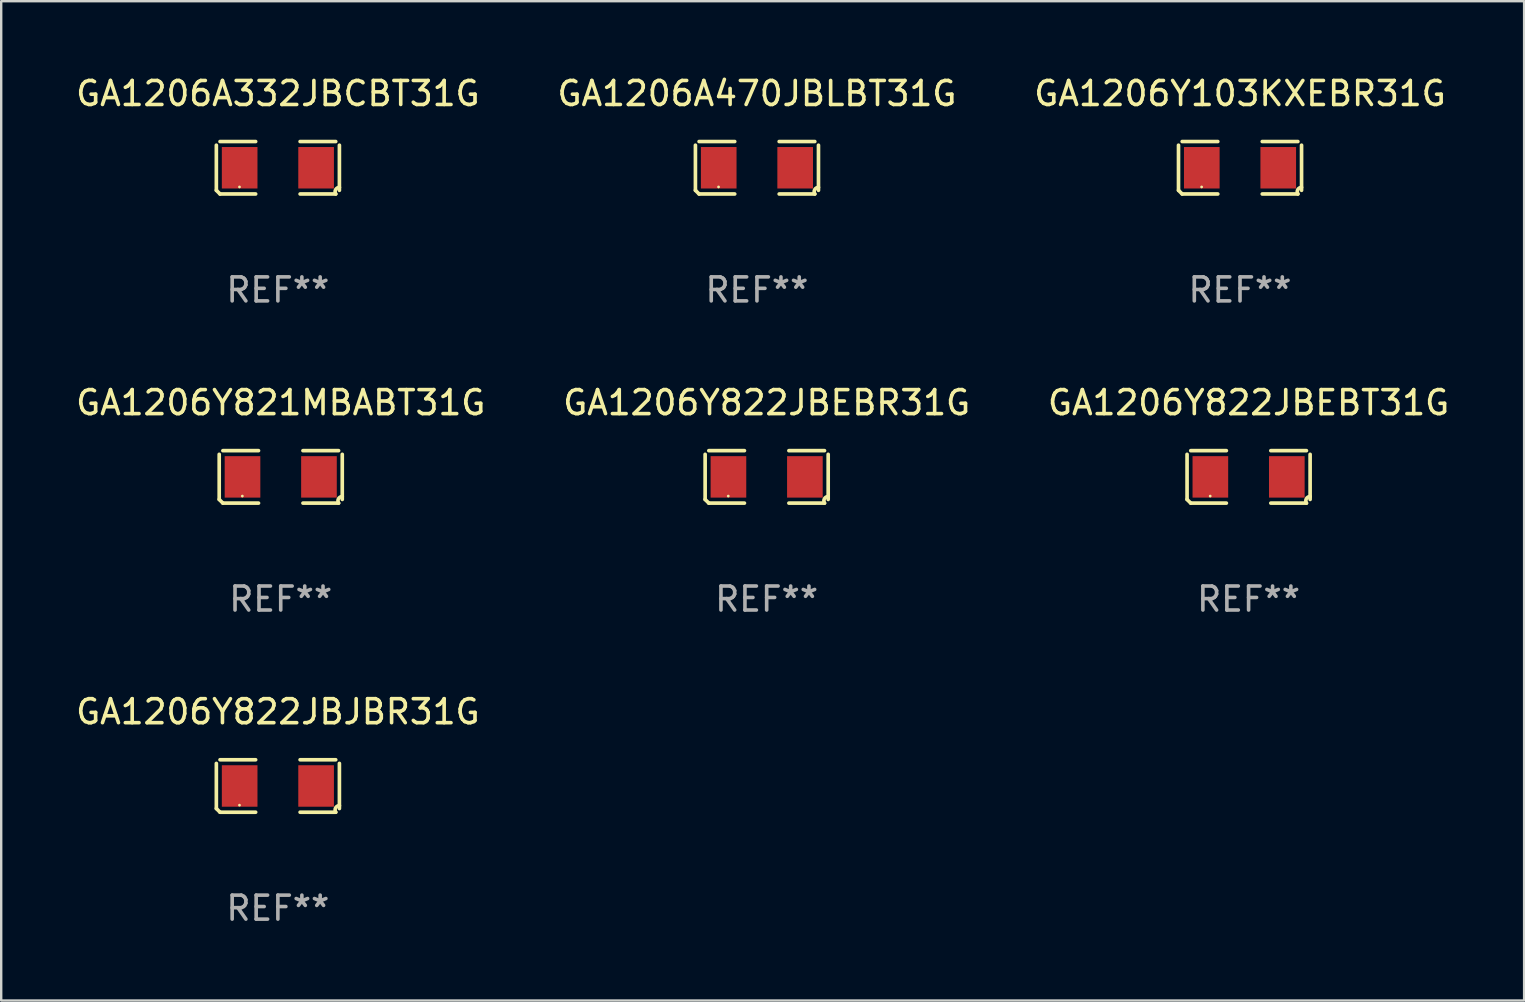
<source format=kicad_pcb>
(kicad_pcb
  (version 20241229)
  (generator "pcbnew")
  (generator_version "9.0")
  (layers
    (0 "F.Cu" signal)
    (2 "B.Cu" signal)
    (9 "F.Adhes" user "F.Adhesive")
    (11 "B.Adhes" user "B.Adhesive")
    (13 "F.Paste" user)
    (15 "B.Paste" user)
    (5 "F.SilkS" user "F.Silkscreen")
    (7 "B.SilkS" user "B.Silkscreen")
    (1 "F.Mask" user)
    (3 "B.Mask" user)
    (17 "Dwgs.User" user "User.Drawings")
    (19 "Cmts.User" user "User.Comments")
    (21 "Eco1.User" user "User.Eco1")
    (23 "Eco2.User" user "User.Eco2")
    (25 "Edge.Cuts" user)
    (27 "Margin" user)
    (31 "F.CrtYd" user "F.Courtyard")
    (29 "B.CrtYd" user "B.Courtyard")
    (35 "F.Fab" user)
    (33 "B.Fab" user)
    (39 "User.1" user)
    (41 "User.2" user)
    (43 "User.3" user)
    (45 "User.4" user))
  (footprint "GA1206Y821MBABT31G"
    (layer "F.Cu")
    (at 8.649 16.823)
    (property "Reference" "GA1206Y821MBABT31G" (at 0 -3.093 0) (layer "F.SilkS") (effects (font (size 1 1) (thickness 0.15))))
    (attr through_hole)
    (fp_line (start -2.564 0.94) (end -2.564 -0.94) (stroke (width 0.152) (type solid)) (layer "F.SilkS"))
    (fp_line (start -2.411 -1.093) (end -0.926 -1.093) (stroke (width 0.152) (type solid)) (layer "F.SilkS"))
    (fp_line (start -0.926 1.093) (end -2.411 1.093) (stroke (width 0.152) (type solid)) (layer "F.SilkS"))
    (fp_line (start 0.926 1.093) (end 2.411 1.093) (stroke (width 0.152) (type solid)) (layer "F.SilkS"))
    (fp_line (start 2.411 -1.093) (end 0.926 -1.093) (stroke (width 0.152) (type solid)) (layer "F.SilkS"))
    (fp_line (start 2.564 0.94) (end 2.564 -0.94) (stroke (width 0.152) (type solid)) (layer "F.SilkS"))
    (fp_arc (start -2.411201 1.092609) (mid -2.487413 1.01642) (end -2.563602 0.940208) (stroke (width 0.1524) (type solid)) (layer "F.SilkS"))
    (fp_arc (start 2.411201 1.092609) (mid 2.407159 0.911226) (end 2.563602 0.819347) (stroke (width 0.1524) (type solid)) (layer "F.SilkS"))
    (fp_circle (center -1.6 0.8) (end -1.57 0.8) (stroke (width 0.06) (type solid)) (fill no) (layer "F.SilkS"))
    (fp_text user "REF**" (at 0 5.093 0) (layer "F.Fab") (effects (font (size 1 1) (thickness 0.15))))
    (pad "1" smd rect (at -1.593 0) (size 1.485 1.728) (layers "F.Cu" "F.Mask" "F.Paste"))
    (pad "2" smd rect (at 1.593 0) (size 1.485 1.728) (layers "F.Cu" "F.Mask" "F.Paste")))
  (footprint "GA1206Y103KXEBR31G"
    (layer "F.Cu")
    (at 48.625 3.941)
    (property "Reference" "GA1206Y103KXEBR31G" (at 0 -3.093 0) (layer "F.SilkS") (effects (font (size 1 1) (thickness 0.15))))
    (attr through_hole)
    (fp_line (start -2.564 0.94) (end -2.564 -0.94) (stroke (width 0.152) (type solid)) (layer "F.SilkS"))
    (fp_line (start -2.411 -1.093) (end -0.926 -1.093) (stroke (width 0.152) (type solid)) (layer "F.SilkS"))
    (fp_line (start -0.926 1.093) (end -2.411 1.093) (stroke (width 0.152) (type solid)) (layer "F.SilkS"))
    (fp_line (start 0.926 1.093) (end 2.411 1.093) (stroke (width 0.152) (type solid)) (layer "F.SilkS"))
    (fp_line (start 2.411 -1.093) (end 0.926 -1.093) (stroke (width 0.152) (type solid)) (layer "F.SilkS"))
    (fp_line (start 2.564 0.94) (end 2.564 -0.94) (stroke (width 0.152) (type solid)) (layer "F.SilkS"))
    (fp_arc (start -2.411201 1.092609) (mid -2.487413 1.01642) (end -2.563602 0.940208) (stroke (width 0.1524) (type solid)) (layer "F.SilkS"))
    (fp_arc (start 2.411201 1.092609) (mid 2.407159 0.911226) (end 2.563602 0.819347) (stroke (width 0.1524) (type solid)) (layer "F.SilkS"))
    (fp_circle (center -1.6 0.8) (end -1.57 0.8) (stroke (width 0.06) (type solid)) (fill no) (layer "F.SilkS"))
    (fp_text user "REF**" (at 0 5.093 0) (layer "F.Fab") (effects (font (size 1 1) (thickness 0.15))))
    (pad "1" smd rect (at -1.593 0) (size 1.485 1.728) (layers "F.Cu" "F.Mask" "F.Paste"))
    (pad "2" smd rect (at 1.593 0) (size 1.485 1.728) (layers "F.Cu" "F.Mask" "F.Paste")))
  (footprint "GA1206Y822JBEBT31G"
    (layer "F.Cu")
    (at 48.982 16.823)
    (property "Reference" "GA1206Y822JBEBT31G" (at 0 -3.093 0) (layer "F.SilkS") (effects (font (size 1 1) (thickness 0.15))))
    (attr through_hole)
    (fp_line (start -2.564 0.94) (end -2.564 -0.94) (stroke (width 0.152) (type solid)) (layer "F.SilkS"))
    (fp_line (start -2.411 -1.093) (end -0.926 -1.093) (stroke (width 0.152) (type solid)) (layer "F.SilkS"))
    (fp_line (start -0.926 1.093) (end -2.411 1.093) (stroke (width 0.152) (type solid)) (layer "F.SilkS"))
    (fp_line (start 0.926 1.093) (end 2.411 1.093) (stroke (width 0.152) (type solid)) (layer "F.SilkS"))
    (fp_line (start 2.411 -1.093) (end 0.926 -1.093) (stroke (width 0.152) (type solid)) (layer "F.SilkS"))
    (fp_line (start 2.564 0.94) (end 2.564 -0.94) (stroke (width 0.152) (type solid)) (layer "F.SilkS"))
    (fp_arc (start -2.411201 1.092609) (mid -2.487413 1.01642) (end -2.563602 0.940208) (stroke (width 0.1524) (type solid)) (layer "F.SilkS"))
    (fp_arc (start 2.411201 1.092609) (mid 2.407159 0.911226) (end 2.563602 0.819347) (stroke (width 0.1524) (type solid)) (layer "F.SilkS"))
    (fp_circle (center -1.6 0.8) (end -1.57 0.8) (stroke (width 0.06) (type solid)) (fill no) (layer "F.SilkS"))
    (fp_text user "REF**" (at 0 5.093 0) (layer "F.Fab") (effects (font (size 1 1) (thickness 0.15))))
    (pad "1" smd rect (at -1.593 0) (size 1.485 1.728) (layers "F.Cu" "F.Mask" "F.Paste"))
    (pad "2" smd rect (at 1.593 0) (size 1.485 1.728) (layers "F.Cu" "F.Mask" "F.Paste")))
  (footprint "GA1206A470JBLBT31G"
    (layer "F.Cu")
    (at 28.494 3.941)
    (property "Reference" "GA1206A470JBLBT31G" (at 0 -3.093 0) (layer "F.SilkS") (effects (font (size 1 1) (thickness 0.15))))
    (attr through_hole)
    (fp_line (start -2.564 0.94) (end -2.564 -0.94) (stroke (width 0.152) (type solid)) (layer "F.SilkS"))
    (fp_line (start -2.411 -1.093) (end -0.926 -1.093) (stroke (width 0.152) (type solid)) (layer "F.SilkS"))
    (fp_line (start -0.926 1.093) (end -2.411 1.093) (stroke (width 0.152) (type solid)) (layer "F.SilkS"))
    (fp_line (start 0.926 1.093) (end 2.411 1.093) (stroke (width 0.152) (type solid)) (layer "F.SilkS"))
    (fp_line (start 2.411 -1.093) (end 0.926 -1.093) (stroke (width 0.152) (type solid)) (layer "F.SilkS"))
    (fp_line (start 2.564 0.94) (end 2.564 -0.94) (stroke (width 0.152) (type solid)) (layer "F.SilkS"))
    (fp_arc (start -2.411201 1.092609) (mid -2.487413 1.01642) (end -2.563602 0.940208) (stroke (width 0.1524) (type solid)) (layer "F.SilkS"))
    (fp_arc (start 2.411201 1.092609) (mid 2.407159 0.911226) (end 2.563602 0.819347) (stroke (width 0.1524) (type solid)) (layer "F.SilkS"))
    (fp_circle (center -1.6 0.8) (end -1.57 0.8) (stroke (width 0.06) (type solid)) (fill no) (layer "F.SilkS"))
    (fp_text user "REF**" (at 0 5.093 0) (layer "F.Fab") (effects (font (size 1 1) (thickness 0.15))))
    (pad "1" smd rect (at -1.593 0) (size 1.485 1.728) (layers "F.Cu" "F.Mask" "F.Paste"))
    (pad "2" smd rect (at 1.593 0) (size 1.485 1.728) (layers "F.Cu" "F.Mask" "F.Paste")))
  (footprint "GA1206Y822JBEBR31G"
    (layer "F.Cu")
    (at 28.899 16.823)
    (property "Reference" "GA1206Y822JBEBR31G" (at 0 -3.093 0) (layer "F.SilkS") (effects (font (size 1 1) (thickness 0.15))))
    (attr through_hole)
    (fp_line (start -2.564 0.94) (end -2.564 -0.94) (stroke (width 0.152) (type solid)) (layer "F.SilkS"))
    (fp_line (start -2.411 -1.093) (end -0.926 -1.093) (stroke (width 0.152) (type solid)) (layer "F.SilkS"))
    (fp_line (start -0.926 1.093) (end -2.411 1.093) (stroke (width 0.152) (type solid)) (layer "F.SilkS"))
    (fp_line (start 0.926 1.093) (end 2.411 1.093) (stroke (width 0.152) (type solid)) (layer "F.SilkS"))
    (fp_line (start 2.411 -1.093) (end 0.926 -1.093) (stroke (width 0.152) (type solid)) (layer "F.SilkS"))
    (fp_line (start 2.564 0.94) (end 2.564 -0.94) (stroke (width 0.152) (type solid)) (layer "F.SilkS"))
    (fp_arc (start -2.411201 1.092609) (mid -2.487413 1.01642) (end -2.563602 0.940208) (stroke (width 0.1524) (type solid)) (layer "F.SilkS"))
    (fp_arc (start 2.411201 1.092609) (mid 2.407159 0.911226) (end 2.563602 0.819347) (stroke (width 0.1524) (type solid)) (layer "F.SilkS"))
    (fp_circle (center -1.6 0.8) (end -1.57 0.8) (stroke (width 0.06) (type solid)) (fill no) (layer "F.SilkS"))
    (fp_text user "REF**" (at 0 5.093 0) (layer "F.Fab") (effects (font (size 1 1) (thickness 0.15))))
    (pad "1" smd rect (at -1.593 0) (size 1.485 1.728) (layers "F.Cu" "F.Mask" "F.Paste"))
    (pad "2" smd rect (at 1.593 0) (size 1.485 1.728) (layers "F.Cu" "F.Mask" "F.Paste")))
  (footprint "GA1206A332JBCBT31G"
    (layer "F.Cu")
    (at 8.53 3.941)
    (property "Reference" "GA1206A332JBCBT31G" (at 0 -3.093 0) (layer "F.SilkS") (effects (font (size 1 1) (thickness 0.15))))
    (attr through_hole)
    (fp_line (start -2.564 0.94) (end -2.564 -0.94) (stroke (width 0.152) (type solid)) (layer "F.SilkS"))
    (fp_line (start -2.411 -1.093) (end -0.926 -1.093) (stroke (width 0.152) (type solid)) (layer "F.SilkS"))
    (fp_line (start -0.926 1.093) (end -2.411 1.093) (stroke (width 0.152) (type solid)) (layer "F.SilkS"))
    (fp_line (start 0.926 1.093) (end 2.411 1.093) (stroke (width 0.152) (type solid)) (layer "F.SilkS"))
    (fp_line (start 2.411 -1.093) (end 0.926 -1.093) (stroke (width 0.152) (type solid)) (layer "F.SilkS"))
    (fp_line (start 2.564 0.94) (end 2.564 -0.94) (stroke (width 0.152) (type solid)) (layer "F.SilkS"))
    (fp_arc (start -2.411201 1.092609) (mid -2.487413 1.01642) (end -2.563602 0.940208) (stroke (width 0.1524) (type solid)) (layer "F.SilkS"))
    (fp_arc (start 2.411201 1.092609) (mid 2.407159 0.911226) (end 2.563602 0.819347) (stroke (width 0.1524) (type solid)) (layer "F.SilkS"))
    (fp_circle (center -1.6 0.8) (end -1.57 0.8) (stroke (width 0.06) (type solid)) (fill no) (layer "F.SilkS"))
    (fp_text user "REF**" (at 0 5.093 0) (layer "F.Fab") (effects (font (size 1 1) (thickness 0.15))))
    (pad "1" smd rect (at -1.593 0) (size 1.485 1.728) (layers "F.Cu" "F.Mask" "F.Paste"))
    (pad "2" smd rect (at 1.593 0) (size 1.485 1.728) (layers "F.Cu" "F.Mask" "F.Paste")))
  (footprint "GA1206Y822JBJBR31G"
    (layer "F.Cu")
    (at 8.53 29.704)
    (property "Reference" "GA1206Y822JBJBR31G" (at 0 -3.093 0) (layer "F.SilkS") (effects (font (size 1 1) (thickness 0.15))))
    (attr through_hole)
    (fp_line (start -2.564 0.94) (end -2.564 -0.94) (stroke (width 0.152) (type solid)) (layer "F.SilkS"))
    (fp_line (start -2.411 -1.093) (end -0.926 -1.093) (stroke (width 0.152) (type solid)) (layer "F.SilkS"))
    (fp_line (start -0.926 1.093) (end -2.411 1.093) (stroke (width 0.152) (type solid)) (layer "F.SilkS"))
    (fp_line (start 0.926 1.093) (end 2.411 1.093) (stroke (width 0.152) (type solid)) (layer "F.SilkS"))
    (fp_line (start 2.411 -1.093) (end 0.926 -1.093) (stroke (width 0.152) (type solid)) (layer "F.SilkS"))
    (fp_line (start 2.564 0.94) (end 2.564 -0.94) (stroke (width 0.152) (type solid)) (layer "F.SilkS"))
    (fp_arc (start -2.411201 1.092609) (mid -2.487413 1.01642) (end -2.563602 0.940208) (stroke (width 0.1524) (type solid)) (layer "F.SilkS"))
    (fp_arc (start 2.411201 1.092609) (mid 2.407159 0.911226) (end 2.563602 0.819347) (stroke (width 0.1524) (type solid)) (layer "F.SilkS"))
    (fp_circle (center -1.6 0.8) (end -1.57 0.8) (stroke (width 0.06) (type solid)) (fill no) (layer "F.SilkS"))
    (fp_text user "REF**" (at 0 5.093 0) (layer "F.Fab") (effects (font (size 1 1) (thickness 0.15))))
    (pad "1" smd rect (at -1.593 0) (size 1.485 1.728) (layers "F.Cu" "F.Mask" "F.Paste"))
    (pad "2" smd rect (at 1.593 0) (size 1.485 1.728) (layers "F.Cu" "F.Mask" "F.Paste")))
  (gr_rect
    (start -3 -3)
    (end 60.464 38.645)
    (stroke (width 0.1) (type default))
    (fill no)
    (layer "Edge.Cuts")))
</source>
